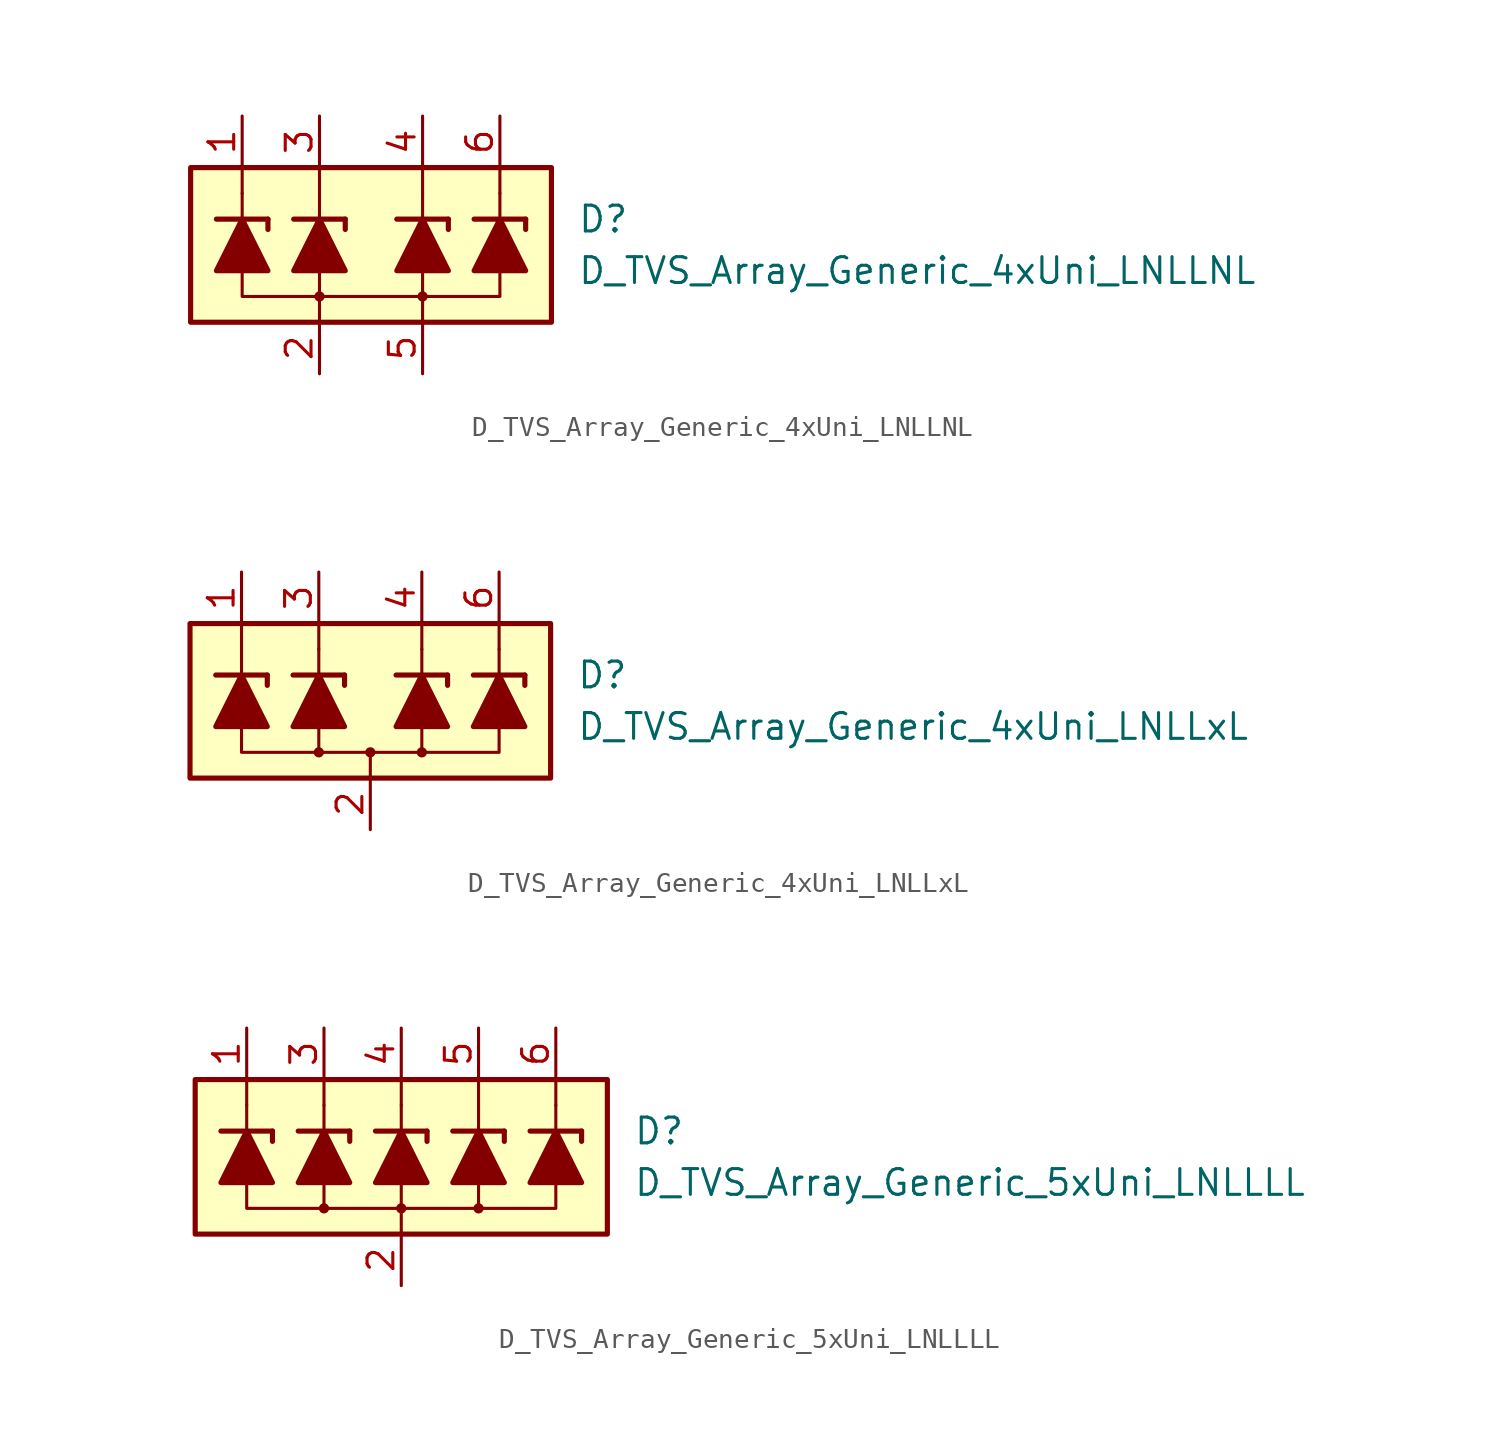
<source format=kicad_sym>
(kicad_symbol_lib
  (version 20211014)
  (generator kicad_symbol_editor)
  (symbol "D_TVS_Array_Generic_4xUni_LNLLNL"
    (pin_names
      (offset 1.016) hide)
    (property "Reference" "D"
      (at 10.16 1.27 0)
      (effects (font (size 1.27 1.27)) (justify left)))
    (property "Value" "D_TVS_Array_Generic_4xUni_LNLLNL"
      (at 10.16 -1.27 0)
      (effects (font (size 1.27 1.27)) (justify left)))
    (symbol "D_TVS_Array_Generic_4xUni_LNLLNL_0_1"
      (circle (center -2.54 -2.54) (radius 0.178) (stroke (width 0) (type default) (color 0 0 0 0)) (fill (type outline)))
      (polyline (pts (xy -6.35 1.27) (xy -6.35 2.54)) (stroke (width 0) (type default) (color 0 0 0 0)) (fill (type none)))
      (polyline (pts (xy -6.35 2.54) (xy -6.35 3.81)) (stroke (width 0) (type default) (color 0 0 0 0)) (fill (type none)))
      (polyline (pts (xy -2.54 -3.81) (xy -2.54 -2.54)) (stroke (width 0) (type default) (color 0 0 0 0)) (fill (type none)))
      (polyline (pts (xy -2.54 -2.54) (xy -2.54 -1.27)) (stroke (width 0) (type default) (color 0 0 0 0)) (fill (type none)))
      (polyline (pts (xy -2.54 1.27) (xy -2.54 2.54)) (stroke (width 0) (type default) (color 0 0 0 0)) (fill (type none)))
      (polyline (pts (xy -2.54 2.54) (xy -2.54 3.81)) (stroke (width 0) (type default) (color 0 0 0 0)) (fill (type none)))
      (polyline (pts (xy 2.54 -3.81) (xy 2.54 -2.54)) (stroke (width 0) (type default) (color 0 0 0 0)) (fill (type none)))
      (polyline (pts (xy 2.54 -2.54) (xy 2.54 -1.27)) (stroke (width 0) (type default) (color 0 0 0 0)) (fill (type none)))
      (polyline (pts (xy 2.54 1.27) (xy 2.54 2.54)) (stroke (width 0) (type default) (color 0 0 0 0)) (fill (type none)))
      (polyline (pts (xy 2.54 2.54) (xy 2.54 3.81)) (stroke (width 0) (type default) (color 0 0 0 0)) (fill (type none)))
      (polyline (pts (xy 6.35 1.27) (xy 6.35 2.54)) (stroke (width 0) (type default) (color 0 0 0 0)) (fill (type none)))
      (polyline (pts (xy 6.35 2.54) (xy 6.35 3.81)) (stroke (width 0) (type default) (color 0 0 0 0)) (fill (type none)))
      (polyline (pts (xy 6.35 -1.27) (xy 6.35 -2.54) (xy -6.35 -2.54) (xy -6.35 -1.27)) (stroke (width 0) (type default) (color 0 0 0 0)) (fill (type none)))
      (circle (center 2.54 -2.54) (radius 0.178) (stroke (width 0) (type default) (color 0 0 0 0)) (fill (type outline)))
      (rectangle (start 8.89 3.81) (end -8.89 -3.81) (stroke (width 0.254) (type default) (color 0 0 0 0)) (fill (type background))))
    (symbol "D_TVS_Array_Generic_4xUni_LNLLNL_1_1"
      (polyline (pts (xy -7.62 1.27) (xy -5.08 1.27)) (stroke (width 0.254) (type default) (color 0 0 0 0)) (fill (type none)))
      (polyline (pts (xy -6.35 -1.27) (xy -6.35 1.27)) (stroke (width 0) (type default) (color 0 0 0 0)) (fill (type none)))
      (polyline (pts (xy -5.08 1.27) (xy -5.08 0.762)) (stroke (width 0.254) (type default) (color 0 0 0 0)) (fill (type none)))
      (polyline (pts (xy -3.81 1.27) (xy -1.27 1.27)) (stroke (width 0.254) (type default) (color 0 0 0 0)) (fill (type none)))
      (polyline (pts (xy -2.54 -1.27) (xy -2.54 1.27)) (stroke (width 0) (type default) (color 0 0 0 0)) (fill (type none)))
      (polyline (pts (xy -1.27 1.27) (xy -1.27 0.762)) (stroke (width 0.254) (type default) (color 0 0 0 0)) (fill (type none)))
      (polyline (pts (xy 1.27 1.27) (xy 3.81 1.27)) (stroke (width 0.254) (type default) (color 0 0 0 0)) (fill (type none)))
      (polyline (pts (xy 2.54 -1.27) (xy 2.54 1.27)) (stroke (width 0) (type default) (color 0 0 0 0)) (fill (type none)))
      (polyline (pts (xy 3.81 1.27) (xy 3.81 0.762)) (stroke (width 0.254) (type default) (color 0 0 0 0)) (fill (type none)))
      (polyline (pts (xy 5.08 1.27) (xy 7.62 1.27)) (stroke (width 0.254) (type default) (color 0 0 0 0)) (fill (type none)))
      (polyline (pts (xy 6.35 -1.27) (xy 6.35 1.27)) (stroke (width 0) (type default) (color 0 0 0 0)) (fill (type none)))
      (polyline (pts (xy 7.62 1.27) (xy 7.62 0.762)) (stroke (width 0.254) (type default) (color 0 0 0 0)) (fill (type none)))
      (polyline (pts (xy -5.08 -1.27) (xy -7.62 -1.27) (xy -6.35 1.27) (xy -5.08 -1.27)) (stroke (width 0.254) (type default) (color 0 0 0 0)) (fill (type outline)))
      (polyline (pts (xy -1.27 -1.27) (xy -3.81 -1.27) (xy -2.54 1.27) (xy -1.27 -1.27)) (stroke (width 0.254) (type default) (color 0 0 0 0)) (fill (type outline)))
      (polyline (pts (xy 3.81 -1.27) (xy 1.27 -1.27) (xy 2.54 1.27) (xy 3.81 -1.27)) (stroke (width 0.254) (type default) (color 0 0 0 0)) (fill (type outline)))
      (polyline (pts (xy 7.62 -1.27) (xy 5.08 -1.27) (xy 6.35 1.27) (xy 7.62 -1.27)) (stroke (width 0.254) (type default) (color 0 0 0 0)) (fill (type outline)))
      (pin passive line (at -6.35 6.35 270) (length 2.54) (name "L1" (effects (font (size 1.27 1.27)))) (number "1" (effects (font (size 1.27 1.27)))))
      (pin passive line (at -2.54 -6.35 90) (length 2.54) (name "VN" (effects (font (size 1.27 1.27)))) (number "2" (effects (font (size 1.27 1.27)))))
      (pin passive line (at -2.54 6.35 270) (length 2.54) (name "L2" (effects (font (size 1.27 1.27)))) (number "3" (effects (font (size 1.27 1.27)))))
      (pin passive line (at 2.54 6.35 270) (length 2.54) (name "L3" (effects (font (size 1.27 1.27)))) (number "4" (effects (font (size 1.27 1.27)))))
      (pin passive line (at 2.54 -6.35 90) (length 2.54) (name "VN" (effects (font (size 1.27 1.27)))) (number "5" (effects (font (size 1.27 1.27)))))
      (pin passive line (at 6.35 6.35 270) (length 2.54) (name "L4" (effects (font (size 1.27 1.27)))) (number "6" (effects (font (size 1.27 1.27)))))))
  (symbol "D_TVS_Array_Generic_4xUni_LNLLxL"
    (pin_names
      (offset 1.016) hide)
    (property "Reference" "D"
      (at 10.16 1.27 0)
      (effects (font (size 1.27 1.27)) (justify left)))
    (property "Value" "D_TVS_Array_Generic_4xUni_LNLLxL"
      (at 10.16 -1.27 0)
      (effects (font (size 1.27 1.27)) (justify left)))
    (symbol "D_TVS_Array_Generic_4xUni_LNLLxL_0_1"
      (circle (center -2.54 -2.54) (radius 0.178) (stroke (width 0) (type default) (color 0 0 0 0)) (fill (type outline)))
      (circle (center 0 -2.54) (radius 0.178) (stroke (width 0) (type default) (color 0 0 0 0)) (fill (type outline)))
      (polyline (pts (xy -6.35 1.27) (xy -6.35 2.54)) (stroke (width 0) (type default) (color 0 0 0 0)) (fill (type none)))
      (polyline (pts (xy -6.35 2.54) (xy -6.35 3.81)) (stroke (width 0) (type default) (color 0 0 0 0)) (fill (type none)))
      (polyline (pts (xy -2.54 -2.54) (xy -2.54 -1.27)) (stroke (width 0) (type default) (color 0 0 0 0)) (fill (type none)))
      (polyline (pts (xy -2.54 1.27) (xy -2.54 2.54)) (stroke (width 0) (type default) (color 0 0 0 0)) (fill (type none)))
      (polyline (pts (xy -2.54 2.54) (xy -2.54 3.81)) (stroke (width 0) (type default) (color 0 0 0 0)) (fill (type none)))
      (polyline (pts (xy 0 -3.81) (xy 0 -2.54)) (stroke (width 0) (type default) (color 0 0 0 0)) (fill (type none)))
      (polyline (pts (xy 2.54 -2.54) (xy 2.54 -1.27)) (stroke (width 0) (type default) (color 0 0 0 0)) (fill (type none)))
      (polyline (pts (xy 2.54 1.27) (xy 2.54 2.54)) (stroke (width 0) (type default) (color 0 0 0 0)) (fill (type none)))
      (polyline (pts (xy 2.54 2.54) (xy 2.54 3.81)) (stroke (width 0) (type default) (color 0 0 0 0)) (fill (type none)))
      (polyline (pts (xy 6.35 1.27) (xy 6.35 2.54)) (stroke (width 0) (type default) (color 0 0 0 0)) (fill (type none)))
      (polyline (pts (xy 6.35 2.54) (xy 6.35 3.81)) (stroke (width 0) (type default) (color 0 0 0 0)) (fill (type none)))
      (polyline (pts (xy 6.35 -1.27) (xy 6.35 -2.54) (xy -6.35 -2.54) (xy -6.35 -1.27)) (stroke (width 0) (type default) (color 0 0 0 0)) (fill (type none)))
      (circle (center 2.54 -2.54) (radius 0.178) (stroke (width 0) (type default) (color 0 0 0 0)) (fill (type outline)))
      (rectangle (start 8.89 3.81) (end -8.89 -3.81) (stroke (width 0.254) (type default) (color 0 0 0 0)) (fill (type background))))
    (symbol "D_TVS_Array_Generic_4xUni_LNLLxL_1_1"
      (polyline (pts (xy -7.62 1.27) (xy -5.08 1.27)) (stroke (width 0.254) (type default) (color 0 0 0 0)) (fill (type none)))
      (polyline (pts (xy -6.35 -1.27) (xy -6.35 1.27)) (stroke (width 0) (type default) (color 0 0 0 0)) (fill (type none)))
      (polyline (pts (xy -5.08 1.27) (xy -5.08 0.762)) (stroke (width 0.254) (type default) (color 0 0 0 0)) (fill (type none)))
      (polyline (pts (xy -3.81 1.27) (xy -1.27 1.27)) (stroke (width 0.254) (type default) (color 0 0 0 0)) (fill (type none)))
      (polyline (pts (xy -2.54 -1.27) (xy -2.54 1.27)) (stroke (width 0) (type default) (color 0 0 0 0)) (fill (type none)))
      (polyline (pts (xy -1.27 1.27) (xy -1.27 0.762)) (stroke (width 0.254) (type default) (color 0 0 0 0)) (fill (type none)))
      (polyline (pts (xy 1.27 1.27) (xy 3.81 1.27)) (stroke (width 0.254) (type default) (color 0 0 0 0)) (fill (type none)))
      (polyline (pts (xy 2.54 -1.27) (xy 2.54 1.27)) (stroke (width 0) (type default) (color 0 0 0 0)) (fill (type none)))
      (polyline (pts (xy 3.81 1.27) (xy 3.81 0.762)) (stroke (width 0.254) (type default) (color 0 0 0 0)) (fill (type none)))
      (polyline (pts (xy 5.08 1.27) (xy 7.62 1.27)) (stroke (width 0.254) (type default) (color 0 0 0 0)) (fill (type none)))
      (polyline (pts (xy 6.35 -1.27) (xy 6.35 1.27)) (stroke (width 0) (type default) (color 0 0 0 0)) (fill (type none)))
      (polyline (pts (xy 7.62 1.27) (xy 7.62 0.762)) (stroke (width 0.254) (type default) (color 0 0 0 0)) (fill (type none)))
      (polyline (pts (xy -5.08 -1.27) (xy -7.62 -1.27) (xy -6.35 1.27) (xy -5.08 -1.27)) (stroke (width 0.254) (type default) (color 0 0 0 0)) (fill (type outline)))
      (polyline (pts (xy -1.27 -1.27) (xy -3.81 -1.27) (xy -2.54 1.27) (xy -1.27 -1.27)) (stroke (width 0.254) (type default) (color 0 0 0 0)) (fill (type outline)))
      (polyline (pts (xy 3.81 -1.27) (xy 1.27 -1.27) (xy 2.54 1.27) (xy 3.81 -1.27)) (stroke (width 0.254) (type default) (color 0 0 0 0)) (fill (type outline)))
      (polyline (pts (xy 7.62 -1.27) (xy 5.08 -1.27) (xy 6.35 1.27) (xy 7.62 -1.27)) (stroke (width 0.254) (type default) (color 0 0 0 0)) (fill (type outline)))
      (pin passive line (at -6.35 6.35 270) (length 2.54) (name "L1" (effects (font (size 1.27 1.27)))) (number "1" (effects (font (size 1.27 1.27)))))
      (pin passive line (at 0 -6.35 90) (length 2.54) (name "VN" (effects (font (size 1.27 1.27)))) (number "2" (effects (font (size 1.27 1.27)))))
      (pin passive line (at -2.54 6.35 270) (length 2.54) (name "L2" (effects (font (size 1.27 1.27)))) (number "3" (effects (font (size 1.27 1.27)))))
      (pin passive line (at 2.54 6.35 270) (length 2.54) (name "L3" (effects (font (size 1.27 1.27)))) (number "4" (effects (font (size 1.27 1.27)))))
      (pin passive line (at 6.35 6.35 270) (length 2.54) (name "L4" (effects (font (size 1.27 1.27)))) (number "6" (effects (font (size 1.27 1.27)))))))
  (symbol "D_TVS_Array_Generic_5xUni_LNLLLL"
    (pin_names
      (offset 1.016) hide)
    (property "Reference" "D"
      (at 11.43 1.27 0)
      (effects (font (size 1.27 1.27)) (justify left)))
    (property "Value" "D_TVS_Array_Generic_5xUni_LNLLLL"
      (at 11.43 -1.27 0)
      (effects (font (size 1.27 1.27)) (justify left)))
    (symbol "D_TVS_Array_Generic_5xUni_LNLLLL_0_1"
      (circle (center -3.81 -2.54) (radius 0.178) (stroke (width 0) (type default) (color 0 0 0 0)) (fill (type outline)))
      (circle (center 0 -2.54) (radius 0.178) (stroke (width 0) (type default) (color 0 0 0 0)) (fill (type outline)))
      (polyline (pts (xy -7.62 1.27) (xy -7.62 2.54)) (stroke (width 0) (type default) (color 0 0 0 0)) (fill (type none)))
      (polyline (pts (xy -7.62 2.54) (xy -7.62 3.81)) (stroke (width 0) (type default) (color 0 0 0 0)) (fill (type none)))
      (polyline (pts (xy -3.81 -2.54) (xy -3.81 -1.27)) (stroke (width 0) (type default) (color 0 0 0 0)) (fill (type none)))
      (polyline (pts (xy -3.81 1.27) (xy -3.81 2.54)) (stroke (width 0) (type default) (color 0 0 0 0)) (fill (type none)))
      (polyline (pts (xy -3.81 2.54) (xy -3.81 3.81)) (stroke (width 0) (type default) (color 0 0 0 0)) (fill (type none)))
      (polyline (pts (xy 0 -3.81) (xy 0 -2.54)) (stroke (width 0) (type default) (color 0 0 0 0)) (fill (type none)))
      (polyline (pts (xy 0 -2.54) (xy 0 -1.27)) (stroke (width 0) (type default) (color 0 0 0 0)) (fill (type none)))
      (polyline (pts (xy 0 1.27) (xy 0 2.54)) (stroke (width 0) (type default) (color 0 0 0 0)) (fill (type none)))
      (polyline (pts (xy 0 2.54) (xy 0 3.81)) (stroke (width 0) (type default) (color 0 0 0 0)) (fill (type none)))
      (polyline (pts (xy 3.81 -2.54) (xy 3.81 -1.27)) (stroke (width 0) (type default) (color 0 0 0 0)) (fill (type none)))
      (polyline (pts (xy 3.81 1.27) (xy 3.81 2.54)) (stroke (width 0) (type default) (color 0 0 0 0)) (fill (type none)))
      (polyline (pts (xy 3.81 2.54) (xy 3.81 3.81)) (stroke (width 0) (type default) (color 0 0 0 0)) (fill (type none)))
      (polyline (pts (xy 7.62 1.27) (xy 7.62 2.54)) (stroke (width 0) (type default) (color 0 0 0 0)) (fill (type none)))
      (polyline (pts (xy 7.62 2.54) (xy 7.62 3.81)) (stroke (width 0) (type default) (color 0 0 0 0)) (fill (type none)))
      (polyline (pts (xy 7.62 -1.27) (xy 7.62 -2.54) (xy -7.62 -2.54) (xy -7.62 -1.27)) (stroke (width 0) (type default) (color 0 0 0 0)) (fill (type none)))
      (circle (center 3.81 -2.54) (radius 0.178) (stroke (width 0) (type default) (color 0 0 0 0)) (fill (type outline)))
      (rectangle (start 10.16 -3.81) (end -10.16 3.81) (stroke (width 0.254) (type default) (color 0 0 0 0)) (fill (type background))))
    (symbol "D_TVS_Array_Generic_5xUni_LNLLLL_1_1"
      (polyline (pts (xy -8.89 1.27) (xy -6.35 1.27)) (stroke (width 0.254) (type default) (color 0 0 0 0)) (fill (type none)))
      (polyline (pts (xy -7.62 -1.27) (xy -7.62 1.27)) (stroke (width 0) (type default) (color 0 0 0 0)) (fill (type none)))
      (polyline (pts (xy -6.35 1.27) (xy -6.35 0.762)) (stroke (width 0.254) (type default) (color 0 0 0 0)) (fill (type none)))
      (polyline (pts (xy -5.08 1.27) (xy -2.54 1.27)) (stroke (width 0.254) (type default) (color 0 0 0 0)) (fill (type none)))
      (polyline (pts (xy -3.81 -1.27) (xy -3.81 1.27)) (stroke (width 0) (type default) (color 0 0 0 0)) (fill (type none)))
      (polyline (pts (xy -2.54 1.27) (xy -2.54 0.762)) (stroke (width 0.254) (type default) (color 0 0 0 0)) (fill (type none)))
      (polyline (pts (xy -1.27 1.27) (xy 1.27 1.27)) (stroke (width 0.254) (type default) (color 0 0 0 0)) (fill (type none)))
      (polyline (pts (xy 0 -1.27) (xy 0 1.27)) (stroke (width 0) (type default) (color 0 0 0 0)) (fill (type none)))
      (polyline (pts (xy 1.27 1.27) (xy 1.27 0.762)) (stroke (width 0.254) (type default) (color 0 0 0 0)) (fill (type none)))
      (polyline (pts (xy 2.54 1.27) (xy 5.08 1.27)) (stroke (width 0.254) (type default) (color 0 0 0 0)) (fill (type none)))
      (polyline (pts (xy 3.81 -1.27) (xy 3.81 1.27)) (stroke (width 0) (type default) (color 0 0 0 0)) (fill (type none)))
      (polyline (pts (xy 5.08 1.27) (xy 5.08 0.762)) (stroke (width 0.254) (type default) (color 0 0 0 0)) (fill (type none)))
      (polyline (pts (xy 6.35 1.27) (xy 8.89 1.27)) (stroke (width 0.254) (type default) (color 0 0 0 0)) (fill (type none)))
      (polyline (pts (xy 7.62 -1.27) (xy 7.62 1.27)) (stroke (width 0) (type default) (color 0 0 0 0)) (fill (type none)))
      (polyline (pts (xy 8.89 1.27) (xy 8.89 0.762)) (stroke (width 0.254) (type default) (color 0 0 0 0)) (fill (type none)))
      (polyline (pts (xy -6.35 -1.27) (xy -8.89 -1.27) (xy -7.62 1.27) (xy -6.35 -1.27)) (stroke (width 0.254) (type default) (color 0 0 0 0)) (fill (type outline)))
      (polyline (pts (xy -2.54 -1.27) (xy -5.08 -1.27) (xy -3.81 1.27) (xy -2.54 -1.27)) (stroke (width 0.254) (type default) (color 0 0 0 0)) (fill (type outline)))
      (polyline (pts (xy 1.27 -1.27) (xy -1.27 -1.27) (xy 0 1.27) (xy 1.27 -1.27)) (stroke (width 0.254) (type default) (color 0 0 0 0)) (fill (type outline)))
      (polyline (pts (xy 5.08 -1.27) (xy 2.54 -1.27) (xy 3.81 1.27) (xy 5.08 -1.27)) (stroke (width 0.254) (type default) (color 0 0 0 0)) (fill (type outline)))
      (polyline (pts (xy 8.89 -1.27) (xy 6.35 -1.27) (xy 7.62 1.27) (xy 8.89 -1.27)) (stroke (width 0.254) (type default) (color 0 0 0 0)) (fill (type outline)))
      (pin passive line (at -7.62 6.35 270) (length 2.54) (name "L1" (effects (font (size 1.27 1.27)))) (number "1" (effects (font (size 1.27 1.27)))))
      (pin passive line (at 0 -6.35 90) (length 2.54) (name "VN" (effects (font (size 1.27 1.27)))) (number "2" (effects (font (size 1.27 1.27)))))
      (pin passive line (at -3.81 6.35 270) (length 2.54) (name "L2" (effects (font (size 1.27 1.27)))) (number "3" (effects (font (size 1.27 1.27)))))
      (pin passive line (at 0 6.35 270) (length 2.54) (name "L3" (effects (font (size 1.27 1.27)))) (number "4" (effects (font (size 1.27 1.27)))))
      (pin passive line (at 3.81 6.35 270) (length 2.54) (name "L4" (effects (font (size 1.27 1.27)))) (number "5" (effects (font (size 1.27 1.27)))))
      (pin passive line (at 7.62 6.35 270) (length 2.54) (name "L5" (effects (font (size 1.27 1.27)))) (number "6" (effects (font (size 1.27 1.27))))))))
</source>
